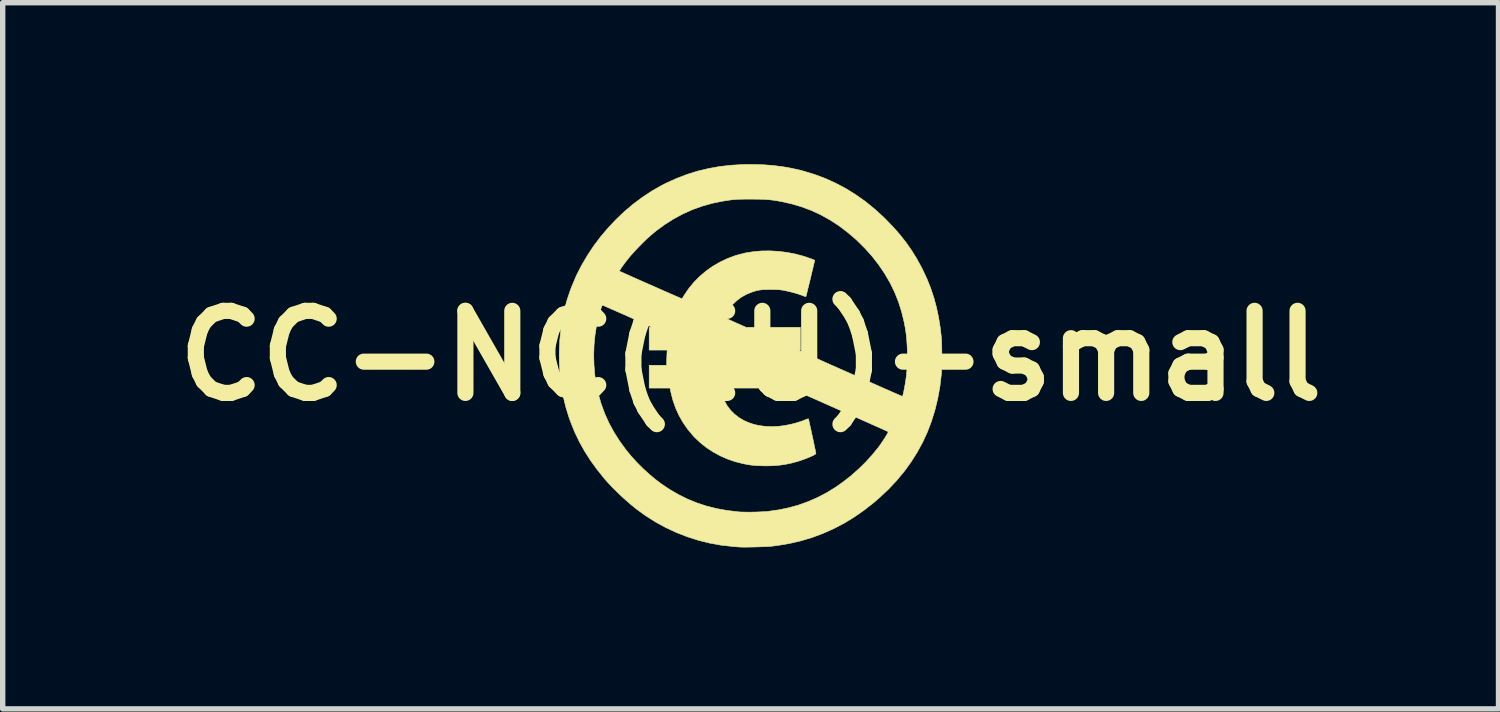
<source format=kicad_pcb>
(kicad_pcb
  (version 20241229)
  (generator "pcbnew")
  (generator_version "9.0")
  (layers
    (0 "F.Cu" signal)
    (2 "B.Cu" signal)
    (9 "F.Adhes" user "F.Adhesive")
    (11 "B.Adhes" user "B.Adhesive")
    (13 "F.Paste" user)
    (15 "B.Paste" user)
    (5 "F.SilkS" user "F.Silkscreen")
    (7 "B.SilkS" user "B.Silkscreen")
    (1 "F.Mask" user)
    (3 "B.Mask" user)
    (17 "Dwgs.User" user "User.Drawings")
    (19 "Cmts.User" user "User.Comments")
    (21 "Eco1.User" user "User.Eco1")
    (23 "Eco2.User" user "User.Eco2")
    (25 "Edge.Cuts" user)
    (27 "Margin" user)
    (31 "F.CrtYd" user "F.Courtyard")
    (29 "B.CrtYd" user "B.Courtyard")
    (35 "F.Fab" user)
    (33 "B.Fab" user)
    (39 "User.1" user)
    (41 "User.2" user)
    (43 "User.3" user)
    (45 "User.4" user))
  (footprint "CC-NC(EU)-small"
    (layer "F.Cu")
    (at 10.893 3.559)
    (property "Reference" "CC-NC(EU)-small" (at 0 0 0) (layer "F.SilkS") (effects (font (size 1.524 1.524) (thickness 0.3))))
    (attr through_hole)
    (fp_poly (pts (xy 0.262 -3.547) (xy 0.434 -3.533) (xy 0.598 -3.512) (xy 0.757 -3.484) (xy 0.915 -3.449) (xy 0.989 -3.429) (xy 1.195 -3.366) (xy 1.395 -3.291) (xy 1.587 -3.203) (xy 1.774 -3.104) (xy 1.955 -2.991) (xy 2.131 -2.867) (xy 2.301 -2.729) (xy 2.467 -2.578) (xy 2.519 -2.526) (xy 2.654 -2.386) (xy 2.776 -2.247) (xy 2.887 -2.106) (xy 2.989 -1.961) (xy 3.082 -1.811) (xy 3.169 -1.653) (xy 3.199 -1.594) (xy 3.278 -1.425) (xy 3.346 -1.254) (xy 3.404 -1.079) (xy 3.453 -0.898) (xy 3.493 -0.71) (xy 3.524 -0.514) (xy 3.543 -0.346) (xy 3.546 -0.306) (xy 3.548 -0.255) (xy 3.55 -0.195) (xy 3.552 -0.127) (xy 3.552 -0.056) (xy 3.552 0.018) (xy 3.552 0.091) (xy 3.551 0.161) (xy 3.55 0.226) (xy 3.547 0.283) (xy 3.545 0.33) (xy 3.543 0.349) (xy 3.516 0.577) (xy 3.476 0.797) (xy 3.424 1.01) (xy 3.36 1.216) (xy 3.284 1.416) (xy 3.195 1.609) (xy 3.093 1.795) (xy 2.979 1.975) (xy 2.853 2.149) (xy 2.714 2.316) (xy 2.562 2.478) (xy 2.397 2.633) (xy 2.29 2.726) (xy 2.11 2.867) (xy 1.926 2.995) (xy 1.738 3.11) (xy 1.545 3.211) (xy 1.347 3.299) (xy 1.144 3.375) (xy 0.936 3.437) (xy 0.721 3.487) (xy 0.501 3.524) (xy 0.377 3.539) (xy 0.346 3.541) (xy 0.305 3.544) (xy 0.254 3.546) (xy 0.197 3.548) (xy 0.136 3.55) (xy 0.073 3.552) (xy 0.01 3.553) (xy -0.05 3.554) (xy -0.105 3.554) (xy -0.153 3.554) (xy -0.191 3.553) (xy -0.218 3.552) (xy -0.219 3.552) (xy -0.238 3.55) (xy -0.268 3.548) (xy -0.303 3.545) (xy -0.341 3.542) (xy -0.342 3.541) (xy -0.556 3.517) (xy -0.768 3.478) (xy -0.976 3.426) (xy -1.181 3.36) (xy -1.381 3.282) (xy -1.576 3.191) (xy -1.765 3.088) (xy -1.947 2.973) (xy -2.122 2.846) (xy -2.148 2.825) (xy -2.23 2.758) (xy -2.314 2.685) (xy -2.4 2.607) (xy -2.484 2.526) (xy -2.565 2.446) (xy -2.639 2.368) (xy -2.704 2.295) (xy -2.718 2.279) (xy -2.854 2.109) (xy -2.977 1.939) (xy -3.087 1.766) (xy -3.184 1.591) (xy -3.27 1.411) (xy -3.344 1.227) (xy -3.374 1.143) (xy -3.435 0.945) (xy -3.483 0.744) (xy -3.519 0.537) (xy -3.542 0.326) (xy -3.554 0.109) (xy -3.554 -0.012) (xy -2.914 -0.012) (xy -2.909 0.172) (xy -2.894 0.353) (xy -2.871 0.515) (xy -2.83 0.706) (xy -2.777 0.891) (xy -2.711 1.071) (xy -2.632 1.247) (xy -2.539 1.418) (xy -2.433 1.585) (xy -2.314 1.748) (xy -2.217 1.866) (xy -2.113 1.98) (xy -2.001 2.093) (xy -1.883 2.2) (xy -1.763 2.3) (xy -1.666 2.374) (xy -1.504 2.483) (xy -1.338 2.579) (xy -1.169 2.663) (xy -0.994 2.734) (xy -0.814 2.793) (xy -0.628 2.839) (xy -0.434 2.874) (xy -0.233 2.898) (xy -0.212 2.9) (xy -0.172 2.902) (xy -0.121 2.903) (xy -0.061 2.904) (xy 0.004 2.904) (xy 0.071 2.903) (xy 0.138 2.901) (xy 0.201 2.898) (xy 0.259 2.895) (xy 0.307 2.892) (xy 0.332 2.889) (xy 0.529 2.861) (xy 0.718 2.821) (xy 0.9 2.77) (xy 1.076 2.706) (xy 1.247 2.631) (xy 1.415 2.543) (xy 1.577 2.443) (xy 1.722 2.341) (xy 1.865 2.229) (xy 2.003 2.107) (xy 2.133 1.98) (xy 2.254 1.848) (xy 2.364 1.713) (xy 2.387 1.683) (xy 2.415 1.644) (xy 2.443 1.603) (xy 2.47 1.562) (xy 2.496 1.523) (xy 2.518 1.487) (xy 2.536 1.456) (xy 2.549 1.432) (xy 2.556 1.416) (xy 2.556 1.41) (xy 2.549 1.407) (xy 2.53 1.398) (xy 2.498 1.384) (xy 2.455 1.364) (xy 2.402 1.34) (xy 2.338 1.312) (xy 2.264 1.279) (xy 2.181 1.242) (xy 2.09 1.201) (xy 1.99 1.157) (xy 1.882 1.109) (xy 1.767 1.058) (xy 1.646 1.004) (xy 1.518 0.948) (xy 1.385 0.889) (xy 1.247 0.827) (xy 1.104 0.764) (xy 0.957 0.699) (xy 0.858 0.656) (xy 0.731 0.6) (xy -0.566 0.6) (xy -0.561 0.624) (xy -0.554 0.653) (xy -0.543 0.69) (xy -0.528 0.733) (xy -0.512 0.776) (xy -0.496 0.815) (xy -0.486 0.836) (xy -0.435 0.928) (xy -0.372 1.011) (xy -0.299 1.084) (xy -0.216 1.148) (xy -0.123 1.203) (xy -0.117 1.206) (xy -0.039 1.24) (xy 0.04 1.268) (xy 0.123 1.289) (xy 0.214 1.304) (xy 0.3 1.313) (xy 0.402 1.316) (xy 0.511 1.311) (xy 0.625 1.297) (xy 0.74 1.275) (xy 0.853 1.246) (xy 0.961 1.211) (xy 1.008 1.192) (xy 1.041 1.179) (xy 1.063 1.172) (xy 1.075 1.172) (xy 1.076 1.173) (xy 1.078 1.183) (xy 1.083 1.204) (xy 1.09 1.236) (xy 1.099 1.276) (xy 1.109 1.323) (xy 1.121 1.376) (xy 1.133 1.432) (xy 1.145 1.489) (xy 1.158 1.547) (xy 1.17 1.604) (xy 1.181 1.657) (xy 1.191 1.705) (xy 1.2 1.747) (xy 1.207 1.78) (xy 1.211 1.804) (xy 1.213 1.816) (xy 1.214 1.816) (xy 1.207 1.825) (xy 1.189 1.837) (xy 1.161 1.852) (xy 1.125 1.869) (xy 1.083 1.887) (xy 1.036 1.906) (xy 0.986 1.925) (xy 0.936 1.942) (xy 0.886 1.959) (xy 0.865 1.965) (xy 0.751 1.995) (xy 0.641 2.018) (xy 0.531 2.033) (xy 0.418 2.042) (xy 0.298 2.045) (xy 0.236 2.044) (xy 0.166 2.042) (xy 0.105 2.039) (xy 0.051 2.035) (xy 0.000027 2.029) (xy -0.052 2.021) (xy -0.109 2.01) (xy -0.144 2.003) (xy -0.288 1.966) (xy -0.429 1.918) (xy -0.565 1.858) (xy -0.695 1.787) (xy -0.818 1.707) (xy -0.931 1.617) (xy -1.035 1.52) (xy -1.07 1.482) (xy -1.17 1.362) (xy -1.256 1.238) (xy -1.33 1.108) (xy -1.392 0.972) (xy -1.442 0.829) (xy -1.481 0.677) (xy -1.489 0.64) (xy -1.497 0.6) (xy -1.884 0.6) (xy -1.884 0.176) (xy -1.559 0.176) (xy -1.559 0.136) (xy -1.559 0.113) (xy -1.558 0.081) (xy -1.557 0.043) (xy -1.555 0.002) (xy -1.555 -0.005) (xy -1.55 -0.106) (xy -1.884 -0.106) (xy -1.884 -0.528) (xy -1.855 -0.531) (xy -1.85 -0.531) (xy -1.848 -0.533) (xy -1.851 -0.536) (xy -1.858 -0.541) (xy -1.871 -0.549) (xy -1.89 -0.558) (xy -1.916 -0.571) (xy -1.95 -0.587) (xy -1.994 -0.606) (xy -2.046 -0.63) (xy -2.109 -0.658) (xy -2.184 -0.691) (xy -2.27 -0.729) (xy -2.283 -0.735) (xy -2.359 -0.769) (xy -2.431 -0.8) (xy -2.499 -0.83) (xy -2.56 -0.857) (xy -2.615 -0.881) (xy -2.662 -0.902) (xy -2.7 -0.918) (xy -2.728 -0.931) (xy -2.746 -0.938) (xy -2.75 -0.94) (xy -2.757 -0.934) (xy -2.766 -0.917) (xy -2.776 -0.889) (xy -2.788 -0.852) (xy -2.802 -0.809) (xy -2.815 -0.76) (xy -2.829 -0.708) (xy -2.842 -0.654) (xy -2.854 -0.599) (xy -2.864 -0.55) (xy -2.891 -0.376) (xy -2.908 -0.196) (xy -2.914 -0.012) (xy -3.554 -0.012) (xy -3.554 -0.081) (xy -3.545 -0.286) (xy -3.526 -0.482) (xy -3.498 -0.672) (xy -3.459 -0.857) (xy -3.409 -1.039) (xy -3.348 -1.22) (xy -3.318 -1.298) (xy -3.236 -1.491) (xy -3.194 -1.573) (xy -2.436 -1.573) (xy -2.429 -1.569) (xy -2.41 -1.56) (xy -2.38 -1.547) (xy -2.341 -1.529) (xy -2.294 -1.508) (xy -2.239 -1.484) (xy -2.178 -1.456) (xy -2.112 -1.427) (xy -2.043 -1.396) (xy -1.97 -1.364) (xy -1.895 -1.331) (xy -1.82 -1.298) (xy -1.746 -1.265) (xy -1.673 -1.233) (xy -1.603 -1.202) (xy -1.537 -1.173) (xy -1.475 -1.146) (xy -1.42 -1.122) (xy -1.372 -1.101) (xy -1.332 -1.084) (xy -1.302 -1.071) (xy -1.282 -1.063) (xy -1.274 -1.06) (xy -1.274 -1.06) (xy -1.27 -1.066) (xy -1.259 -1.082) (xy -1.245 -1.105) (xy -1.231 -1.128) (xy -1.146 -1.253) (xy -1.05 -1.369) (xy -0.944 -1.476) (xy -0.828 -1.574) (xy -0.704 -1.662) (xy -0.571 -1.739) (xy -0.431 -1.806) (xy -0.284 -1.861) (xy -0.246 -1.872) (xy -0.103 -1.909) (xy 0.046 -1.933) (xy 0.2 -1.947) (xy 0.358 -1.949) (xy 0.518 -1.94) (xy 0.678 -1.92) (xy 0.838 -1.889) (xy 0.979 -1.851) (xy 1.008 -1.842) (xy 1.042 -1.831) (xy 1.078 -1.818) (xy 1.113 -1.806) (xy 1.145 -1.794) (xy 1.17 -1.784) (xy 1.186 -1.777) (xy 1.191 -1.774) (xy 1.19 -1.768) (xy 1.185 -1.749) (xy 1.178 -1.719) (xy 1.169 -1.681) (xy 1.159 -1.635) (xy 1.146 -1.584) (xy 1.133 -1.528) (xy 1.119 -1.47) (xy 1.105 -1.411) (xy 1.091 -1.353) (xy 1.077 -1.297) (xy 1.064 -1.245) (xy 1.053 -1.199) (xy 1.043 -1.159) (xy 1.036 -1.129) (xy 1.03 -1.108) (xy 1.028 -1.1) (xy 1.021 -1.1) (xy 1.004 -1.105) (xy 0.98 -1.113) (xy 0.963 -1.12) (xy 0.886 -1.147) (xy 0.801 -1.172) (xy 0.711 -1.195) (xy 0.636 -1.211) (xy 0.602 -1.218) (xy 0.573 -1.222) (xy 0.544 -1.226) (xy 0.514 -1.228) (xy 0.479 -1.229) (xy 0.436 -1.23) (xy 0.381 -1.231) (xy 0.377 -1.231) (xy 0.311 -1.23) (xy 0.256 -1.229) (xy 0.209 -1.226) (xy 0.167 -1.221) (xy 0.127 -1.214) (xy 0.087 -1.203) (xy 0.044 -1.19) (xy 0.026 -1.184) (xy -0.075 -1.143) (xy -0.169 -1.091) (xy -0.255 -1.027) (xy -0.332 -0.954) (xy -0.399 -0.872) (xy -0.455 -0.782) (xy -0.468 -0.758) (xy -0.478 -0.735) (xy -0.485 -0.718) (xy -0.486 -0.71) (xy -0.486 -0.709) (xy -0.479 -0.706) (xy -0.46 -0.697) (xy -0.432 -0.684) (xy -0.396 -0.668) (xy -0.353 -0.649) (xy -0.305 -0.627) (xy -0.283 -0.617) (xy -0.084 -0.529) (xy 0.924 -0.529) (xy 0.924 -0.107) (xy 0.902 -0.105) (xy 0.901 -0.103) (xy 0.907 -0.099) (xy 0.918 -0.093) (xy 0.936 -0.083) (xy 0.961 -0.071) (xy 0.994 -0.056) (xy 1.035 -0.036) (xy 1.085 -0.014) (xy 1.144 0.013) (xy 1.213 0.044) (xy 1.291 0.079) (xy 1.38 0.119) (xy 1.48 0.164) (xy 1.592 0.213) (xy 1.715 0.268) (xy 1.846 0.326) (xy 1.956 0.375) (xy 2.063 0.422) (xy 2.166 0.468) (xy 2.265 0.511) (xy 2.357 0.552) (xy 2.443 0.59) (xy 2.522 0.625) (xy 2.594 0.656) (xy 2.656 0.684) (xy 2.71 0.707) (xy 2.754 0.726) (xy 2.787 0.741) (xy 2.809 0.75) (xy 2.818 0.754) (xy 2.819 0.754) (xy 2.823 0.748) (xy 2.829 0.731) (xy 2.836 0.704) (xy 2.844 0.672) (xy 2.845 0.665) (xy 2.873 0.516) (xy 2.894 0.372) (xy 2.907 0.228) (xy 2.912 0.081) (xy 2.912 -0.074) (xy 2.908 -0.178) (xy 2.902 -0.272) (xy 2.895 -0.36) (xy 2.884 -0.445) (xy 2.87 -0.532) (xy 2.853 -0.621) (xy 2.807 -0.812) (xy 2.749 -0.997) (xy 2.677 -1.178) (xy 2.592 -1.353) (xy 2.494 -1.522) (xy 2.383 -1.686) (xy 2.26 -1.845) (xy 2.123 -1.998) (xy 1.974 -2.146) (xy 1.954 -2.164) (xy 1.798 -2.297) (xy 1.638 -2.418) (xy 1.474 -2.524) (xy 1.305 -2.618) (xy 1.131 -2.699) (xy 0.952 -2.766) (xy 0.767 -2.821) (xy 0.614 -2.856) (xy 0.544 -2.87) (xy 0.48 -2.881) (xy 0.421 -2.89) (xy 0.363 -2.897) (xy 0.305 -2.902) (xy 0.243 -2.906) (xy 0.175 -2.908) (xy 0.098 -2.909) (xy 0.01 -2.91) (xy 0.004 -2.91) (xy -0.073 -2.91) (xy -0.139 -2.909) (xy -0.195 -2.908) (xy -0.244 -2.906) (xy -0.289 -2.903) (xy -0.333 -2.899) (xy -0.377 -2.894) (xy -0.424 -2.887) (xy -0.477 -2.879) (xy -0.526 -2.871) (xy -0.716 -2.832) (xy -0.902 -2.779) (xy -1.083 -2.714) (xy -1.259 -2.635) (xy -1.43 -2.543) (xy -1.595 -2.438) (xy -1.755 -2.321) (xy -1.875 -2.221) (xy -1.919 -2.181) (xy -1.97 -2.132) (xy -2.024 -2.078) (xy -2.079 -2.022) (xy -2.133 -1.965) (xy -2.184 -1.91) (xy -2.227 -1.861) (xy -2.245 -1.84) (xy -2.277 -1.8) (xy -2.309 -1.76) (xy -2.34 -1.719) (xy -2.368 -1.681) (xy -2.393 -1.646) (xy -2.413 -1.616) (xy -2.428 -1.593) (xy -2.436 -1.578) (xy -2.436 -1.573) (xy -3.194 -1.573) (xy -3.14 -1.679) (xy -3.032 -1.863) (xy -2.913 -2.042) (xy -2.784 -2.214) (xy -2.644 -2.378) (xy -2.496 -2.535) (xy -2.34 -2.683) (xy -2.176 -2.821) (xy -2.005 -2.948) (xy -1.829 -3.064) (xy -1.648 -3.167) (xy -1.563 -3.21) (xy -1.372 -3.296) (xy -1.179 -3.37) (xy -0.982 -3.431) (xy -0.781 -3.479) (xy -0.574 -3.516) (xy -0.361 -3.54) (xy -0.142 -3.553) (xy 0.081 -3.554) (xy 0.262 -3.547)) (stroke (width 0.01) (type solid)) (fill yes) (layer "F.SilkS")))
  (gr_rect
    (start -3 -3)
    (end 24.786 10.118)
    (stroke (width 0.1) (type default))
    (fill no)
    (layer "Edge.Cuts")))
</source>
